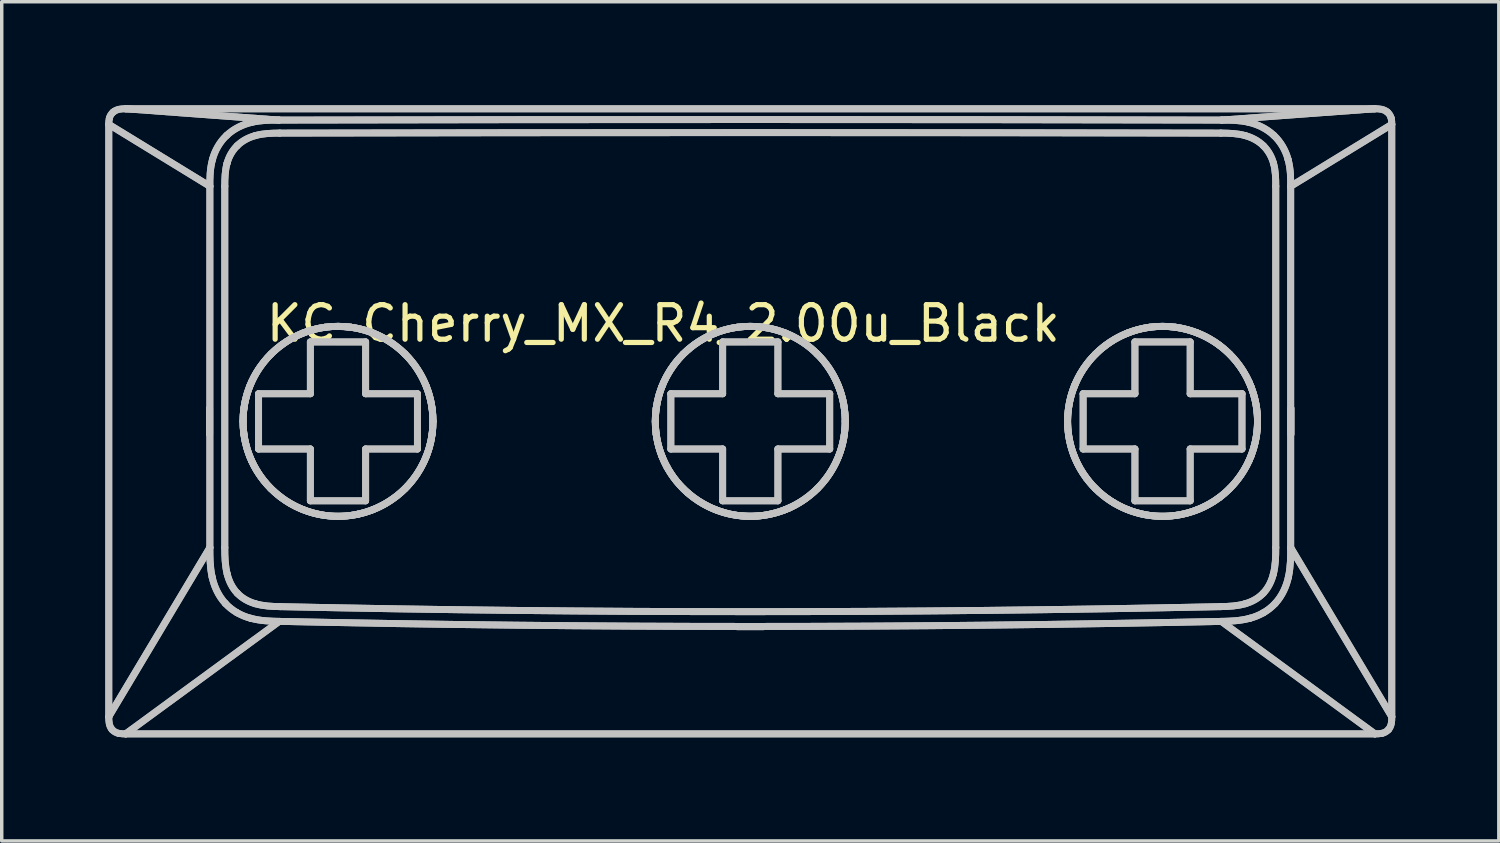
<source format=kicad_pcb>
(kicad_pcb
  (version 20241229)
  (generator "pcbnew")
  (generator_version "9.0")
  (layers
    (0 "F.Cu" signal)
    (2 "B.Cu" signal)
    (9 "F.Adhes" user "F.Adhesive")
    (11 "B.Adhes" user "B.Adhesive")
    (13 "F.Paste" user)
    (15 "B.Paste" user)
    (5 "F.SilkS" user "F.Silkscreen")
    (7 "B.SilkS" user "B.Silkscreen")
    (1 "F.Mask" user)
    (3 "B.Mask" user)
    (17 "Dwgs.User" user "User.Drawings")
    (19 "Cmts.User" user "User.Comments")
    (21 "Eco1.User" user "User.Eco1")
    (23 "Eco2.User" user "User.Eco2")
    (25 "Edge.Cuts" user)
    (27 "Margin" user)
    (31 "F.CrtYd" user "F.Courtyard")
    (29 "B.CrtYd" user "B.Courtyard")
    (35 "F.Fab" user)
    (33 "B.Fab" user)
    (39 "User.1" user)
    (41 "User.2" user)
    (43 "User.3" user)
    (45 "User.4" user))
  (footprint "KC_Cherry_MX_R4_2.00u_Black"
    (layer "F.Cu")
    (at 18.695 9.111)
    (property "Reference" "KC_Cherry_MX_R4_2.00u_Black" (at -2.54 -2.794 0) (layer "F.SilkS") (effects (font (size 1 1) (thickness 0.15))))
    (attr allow_missing_courtyard)
    (fp_line (start -18.595 -8.559) (end -15.668 -6.767) (stroke (width 0.2) (type default)) (layer "Dwgs.User"))
    (fp_line (start -18.595 -8.559) (end -15.668 -6.767) (stroke (width 0.2) (type default)) (layer "Dwgs.User"))
    (fp_line (start -18.595 8.592) (end -18.595 -8.559) (stroke (width 0.2) (type default)) (layer "Dwgs.User"))
    (fp_line (start -18.595 8.592) (end -18.595 -8.559) (stroke (width 0.2) (type default)) (layer "Dwgs.User"))
    (fp_line (start -18.595 8.592) (end -15.668 3.695) (stroke (width 0.2) (type default)) (layer "Dwgs.User"))
    (fp_line (start -18.595 8.592) (end -15.668 3.695) (stroke (width 0.2) (type default)) (layer "Dwgs.User"))
    (fp_line (start -18.107 9.089) (end -13.659 5.832) (stroke (width 0.2) (type default)) (layer "Dwgs.User"))
    (fp_line (start -18.107 9.089) (end -13.659 5.832) (stroke (width 0.2) (type default)) (layer "Dwgs.User"))
    (fp_line (start -18.102 -9.011) (end -13.668 -8.684) (stroke (width 0.2) (type default)) (layer "Dwgs.User"))
    (fp_line (start -18.102 -9.011) (end -13.668 -8.684) (stroke (width 0.2) (type default)) (layer "Dwgs.User"))
    (fp_line (start -18.102 -9.011) (end 18.062 -9.011) (stroke (width 0.2) (type default)) (layer "Dwgs.User"))
    (fp_line (start -18.102 -9.011) (end 18.062 -9.011) (stroke (width 0.2) (type default)) (layer "Dwgs.User"))
    (fp_line (start -15.676 0.413) (end -15.676 -0.337) (stroke (width 0.2) (type default)) (layer "Dwgs.User"))
    (fp_line (start -15.676 0.413) (end -15.676 -0.337) (stroke (width 0.2) (type default)) (layer "Dwgs.User"))
    (fp_line (start -15.668 -6.767) (end -15.668 3.695) (stroke (width 0.2) (type default)) (layer "Dwgs.User"))
    (fp_line (start -15.668 -6.767) (end -15.668 3.695) (stroke (width 0.2) (type default)) (layer "Dwgs.User"))
    (fp_line (start -15.236 -6.767) (end -15.236 3.695) (stroke (width 0.2) (type default)) (layer "Dwgs.User"))
    (fp_line (start -15.236 -6.767) (end -15.236 3.695) (stroke (width 0.2) (type default)) (layer "Dwgs.User"))
    (fp_line (start -14.258 -0.76) (end -12.758 -0.76) (stroke (width 0.2) (type default)) (layer "Dwgs.User"))
    (fp_line (start -14.258 -0.76) (end -12.758 -0.76) (stroke (width 0.2) (type default)) (layer "Dwgs.User"))
    (fp_line (start -14.258 0.84) (end -14.258 -0.76) (stroke (width 0.2) (type default)) (layer "Dwgs.User"))
    (fp_line (start -14.258 0.84) (end -14.258 -0.76) (stroke (width 0.2) (type default)) (layer "Dwgs.User"))
    (fp_line (start -12.758 -2.26) (end -11.158 -2.26) (stroke (width 0.2) (type default)) (layer "Dwgs.User"))
    (fp_line (start -12.758 -2.26) (end -11.158 -2.26) (stroke (width 0.2) (type default)) (layer "Dwgs.User"))
    (fp_line (start -12.758 -0.76) (end -12.758 -2.26) (stroke (width 0.2) (type default)) (layer "Dwgs.User"))
    (fp_line (start -12.758 -0.76) (end -12.758 -2.26) (stroke (width 0.2) (type default)) (layer "Dwgs.User"))
    (fp_line (start -12.758 0.84) (end -14.258 0.84) (stroke (width 0.2) (type default)) (layer "Dwgs.User"))
    (fp_line (start -12.758 0.84) (end -14.258 0.84) (stroke (width 0.2) (type default)) (layer "Dwgs.User"))
    (fp_line (start -12.758 2.34) (end -12.758 0.84) (stroke (width 0.2) (type default)) (layer "Dwgs.User"))
    (fp_line (start -12.758 2.34) (end -12.758 0.84) (stroke (width 0.2) (type default)) (layer "Dwgs.User"))
    (fp_line (start -11.583 -2.685) (end -11.958 -2.711) (stroke (width 0.2) (type default)) (layer "Dwgs.User"))
    (fp_line (start -11.583 2.764) (end -11.376 2.727) (stroke (width 0.2) (type default)) (layer "Dwgs.User"))
    (fp_line (start -11.583 2.764) (end -11.376 2.727) (stroke (width 0.2) (type default)) (layer "Dwgs.User"))
    (fp_line (start -11.158 -2.26) (end -11.158 -0.76) (stroke (width 0.2) (type default)) (layer "Dwgs.User"))
    (fp_line (start -11.158 -2.26) (end -11.158 -0.76) (stroke (width 0.2) (type default)) (layer "Dwgs.User"))
    (fp_line (start -11.158 -0.76) (end -9.658 -0.76) (stroke (width 0.2) (type default)) (layer "Dwgs.User"))
    (fp_line (start -11.158 -0.76) (end -9.658 -0.76) (stroke (width 0.2) (type default)) (layer "Dwgs.User"))
    (fp_line (start -11.158 0.84) (end -11.158 2.34) (stroke (width 0.2) (type default)) (layer "Dwgs.User"))
    (fp_line (start -11.158 0.84) (end -11.158 2.34) (stroke (width 0.2) (type default)) (layer "Dwgs.User"))
    (fp_line (start -11.158 2.34) (end -12.758 2.34) (stroke (width 0.2) (type default)) (layer "Dwgs.User"))
    (fp_line (start -11.158 2.34) (end -12.758 2.34) (stroke (width 0.2) (type default)) (layer "Dwgs.User"))
    (fp_line (start -9.658 -0.76) (end -9.658 0.84) (stroke (width 0.2) (type default)) (layer "Dwgs.User"))
    (fp_line (start -9.658 -0.76) (end -9.658 0.84) (stroke (width 0.2) (type default)) (layer "Dwgs.User"))
    (fp_line (start -9.658 0.84) (end -11.158 0.84) (stroke (width 0.2) (type default)) (layer "Dwgs.User"))
    (fp_line (start -9.658 0.84) (end -11.158 0.84) (stroke (width 0.2) (type default)) (layer "Dwgs.User"))
    (fp_line (start -2.32 -0.76) (end -0.82 -0.76) (stroke (width 0.2) (type default)) (layer "Dwgs.User"))
    (fp_line (start -2.32 -0.76) (end -0.82 -0.76) (stroke (width 0.2) (type default)) (layer "Dwgs.User"))
    (fp_line (start -2.32 0.84) (end -2.32 -0.76) (stroke (width 0.2) (type default)) (layer "Dwgs.User"))
    (fp_line (start -2.32 0.84) (end -2.32 -0.76) (stroke (width 0.2) (type default)) (layer "Dwgs.User"))
    (fp_line (start -0.82 -2.26) (end 0.78 -2.26) (stroke (width 0.2) (type default)) (layer "Dwgs.User"))
    (fp_line (start -0.82 -2.26) (end 0.78 -2.26) (stroke (width 0.2) (type default)) (layer "Dwgs.User"))
    (fp_line (start -0.82 -0.76) (end -0.82 -2.26) (stroke (width 0.2) (type default)) (layer "Dwgs.User"))
    (fp_line (start -0.82 -0.76) (end -0.82 -2.26) (stroke (width 0.2) (type default)) (layer "Dwgs.User"))
    (fp_line (start -0.82 0.84) (end -2.32 0.84) (stroke (width 0.2) (type default)) (layer "Dwgs.User"))
    (fp_line (start -0.82 0.84) (end -2.32 0.84) (stroke (width 0.2) (type default)) (layer "Dwgs.User"))
    (fp_line (start -0.82 2.34) (end -0.82 0.84) (stroke (width 0.2) (type default)) (layer "Dwgs.User"))
    (fp_line (start -0.82 2.34) (end -0.82 0.84) (stroke (width 0.2) (type default)) (layer "Dwgs.User"))
    (fp_line (start -0.395 2.764) (end -0.02 2.789) (stroke (width 0.2) (type default)) (layer "Dwgs.User"))
    (fp_line (start -0.395 5.986) (end 0.355 5.986) (stroke (width 0.2) (type default)) (layer "Dwgs.User"))
    (fp_line (start -0.395 5.986) (end 0.355 5.986) (stroke (width 0.2) (type default)) (layer "Dwgs.User"))
    (fp_line (start -0.02 2.789) (end 0.355 2.764) (stroke (width 0.2) (type default)) (layer "Dwgs.User"))
    (fp_line (start 0.78 -2.26) (end 0.78 -0.76) (stroke (width 0.2) (type default)) (layer "Dwgs.User"))
    (fp_line (start 0.78 -2.26) (end 0.78 -0.76) (stroke (width 0.2) (type default)) (layer "Dwgs.User"))
    (fp_line (start 0.78 -0.76) (end 2.28 -0.76) (stroke (width 0.2) (type default)) (layer "Dwgs.User"))
    (fp_line (start 0.78 -0.76) (end 2.28 -0.76) (stroke (width 0.2) (type default)) (layer "Dwgs.User"))
    (fp_line (start 0.78 0.84) (end 0.78 2.34) (stroke (width 0.2) (type default)) (layer "Dwgs.User"))
    (fp_line (start 0.78 0.84) (end 0.78 2.34) (stroke (width 0.2) (type default)) (layer "Dwgs.User"))
    (fp_line (start 0.78 2.34) (end -0.82 2.34) (stroke (width 0.2) (type default)) (layer "Dwgs.User"))
    (fp_line (start 0.78 2.34) (end -0.82 2.34) (stroke (width 0.2) (type default)) (layer "Dwgs.User"))
    (fp_line (start 2.28 -0.76) (end 2.28 0.84) (stroke (width 0.2) (type default)) (layer "Dwgs.User"))
    (fp_line (start 2.28 -0.76) (end 2.28 0.84) (stroke (width 0.2) (type default)) (layer "Dwgs.User"))
    (fp_line (start 2.28 0.84) (end 0.78 0.84) (stroke (width 0.2) (type default)) (layer "Dwgs.User"))
    (fp_line (start 2.28 0.84) (end 0.78 0.84) (stroke (width 0.2) (type default)) (layer "Dwgs.User"))
    (fp_line (start 9.618 -0.76) (end 11.118 -0.76) (stroke (width 0.2) (type default)) (layer "Dwgs.User"))
    (fp_line (start 9.618 -0.76) (end 11.118 -0.76) (stroke (width 0.2) (type default)) (layer "Dwgs.User"))
    (fp_line (start 9.618 0.84) (end 9.618 -0.76) (stroke (width 0.2) (type default)) (layer "Dwgs.User"))
    (fp_line (start 9.618 0.84) (end 9.618 -0.76) (stroke (width 0.2) (type default)) (layer "Dwgs.User"))
    (fp_line (start 11.118 -2.26) (end 12.718 -2.26) (stroke (width 0.2) (type default)) (layer "Dwgs.User"))
    (fp_line (start 11.118 -2.26) (end 12.718 -2.26) (stroke (width 0.2) (type default)) (layer "Dwgs.User"))
    (fp_line (start 11.118 -0.76) (end 11.118 -2.26) (stroke (width 0.2) (type default)) (layer "Dwgs.User"))
    (fp_line (start 11.118 -0.76) (end 11.118 -2.26) (stroke (width 0.2) (type default)) (layer "Dwgs.User"))
    (fp_line (start 11.118 0.84) (end 9.618 0.84) (stroke (width 0.2) (type default)) (layer "Dwgs.User"))
    (fp_line (start 11.118 0.84) (end 9.618 0.84) (stroke (width 0.2) (type default)) (layer "Dwgs.User"))
    (fp_line (start 11.118 2.34) (end 11.118 0.84) (stroke (width 0.2) (type default)) (layer "Dwgs.User"))
    (fp_line (start 11.118 2.34) (end 11.118 0.84) (stroke (width 0.2) (type default)) (layer "Dwgs.User"))
    (fp_line (start 12.718 -2.26) (end 12.718 -0.76) (stroke (width 0.2) (type default)) (layer "Dwgs.User"))
    (fp_line (start 12.718 -2.26) (end 12.718 -0.76) (stroke (width 0.2) (type default)) (layer "Dwgs.User"))
    (fp_line (start 12.718 -0.76) (end 14.218 -0.76) (stroke (width 0.2) (type default)) (layer "Dwgs.User"))
    (fp_line (start 12.718 -0.76) (end 14.218 -0.76) (stroke (width 0.2) (type default)) (layer "Dwgs.User"))
    (fp_line (start 12.718 0.84) (end 12.718 2.34) (stroke (width 0.2) (type default)) (layer "Dwgs.User"))
    (fp_line (start 12.718 0.84) (end 12.718 2.34) (stroke (width 0.2) (type default)) (layer "Dwgs.User"))
    (fp_line (start 12.718 2.34) (end 11.118 2.34) (stroke (width 0.2) (type default)) (layer "Dwgs.User"))
    (fp_line (start 12.718 2.34) (end 11.118 2.34) (stroke (width 0.2) (type default)) (layer "Dwgs.User"))
    (fp_line (start 13.628 -8.684) (end 18.062 -9.011) (stroke (width 0.2) (type default)) (layer "Dwgs.User"))
    (fp_line (start 13.628 -8.684) (end 18.062 -9.011) (stroke (width 0.2) (type default)) (layer "Dwgs.User"))
    (fp_line (start 14.218 -0.76) (end 14.218 0.84) (stroke (width 0.2) (type default)) (layer "Dwgs.User"))
    (fp_line (start 14.218 -0.76) (end 14.218 0.84) (stroke (width 0.2) (type default)) (layer "Dwgs.User"))
    (fp_line (start 14.218 0.84) (end 12.718 0.84) (stroke (width 0.2) (type default)) (layer "Dwgs.User"))
    (fp_line (start 14.218 0.84) (end 12.718 0.84) (stroke (width 0.2) (type default)) (layer "Dwgs.User"))
    (fp_line (start 15.196 3.695) (end 15.196 -6.767) (stroke (width 0.2) (type default)) (layer "Dwgs.User"))
    (fp_line (start 15.196 3.695) (end 15.196 -6.767) (stroke (width 0.2) (type default)) (layer "Dwgs.User"))
    (fp_line (start 15.628 -6.767) (end 18.555 -8.559) (stroke (width 0.2) (type default)) (layer "Dwgs.User"))
    (fp_line (start 15.628 -6.767) (end 18.555 -8.559) (stroke (width 0.2) (type default)) (layer "Dwgs.User"))
    (fp_line (start 15.628 3.695) (end 15.628 -6.767) (stroke (width 0.2) (type default)) (layer "Dwgs.User"))
    (fp_line (start 15.628 3.695) (end 15.628 -6.767) (stroke (width 0.2) (type default)) (layer "Dwgs.User"))
    (fp_line (start 15.636 0.413) (end 15.636 -0.337) (stroke (width 0.2) (type default)) (layer "Dwgs.User"))
    (fp_line (start 15.636 0.413) (end 15.636 -0.337) (stroke (width 0.2) (type default)) (layer "Dwgs.User"))
    (fp_line (start 18.067 9.089) (end -18.107 9.089) (stroke (width 0.2) (type default)) (layer "Dwgs.User"))
    (fp_line (start 18.067 9.089) (end -18.107 9.089) (stroke (width 0.2) (type default)) (layer "Dwgs.User"))
    (fp_line (start 18.067 9.089) (end 13.619 5.832) (stroke (width 0.2) (type default)) (layer "Dwgs.User"))
    (fp_line (start 18.067 9.089) (end 13.619 5.832) (stroke (width 0.2) (type default)) (layer "Dwgs.User"))
    (fp_line (start 18.555 -8.559) (end 18.555 8.592) (stroke (width 0.2) (type default)) (layer "Dwgs.User"))
    (fp_line (start 18.555 -8.559) (end 18.555 8.592) (stroke (width 0.2) (type default)) (layer "Dwgs.User"))
    (fp_line (start 18.555 8.592) (end 15.628 3.695) (stroke (width 0.2) (type default)) (layer "Dwgs.User"))
    (fp_line (start 18.555 8.592) (end 15.628 3.695) (stroke (width 0.2) (type default)) (layer "Dwgs.User"))
    (fp_curve (pts (xy -18.595 -8.559) (xy -18.597 -8.618) (xy -18.592 -8.677) (xy -18.579 -8.735)) (stroke (width 0.2) (type default)) (layer "Dwgs.User"))
    (fp_curve (pts (xy -18.595 -8.559) (xy -18.597 -8.618) (xy -18.592 -8.677) (xy -18.579 -8.735)) (stroke (width 0.2) (type default)) (layer "Dwgs.User"))
    (fp_curve (pts (xy -18.579 -8.735) (xy -18.561 -8.808) (xy -18.522 -8.869) (xy -18.465 -8.917)) (stroke (width 0.2) (type default)) (layer "Dwgs.User"))
    (fp_curve (pts (xy -18.579 -8.735) (xy -18.561 -8.808) (xy -18.522 -8.869) (xy -18.465 -8.917)) (stroke (width 0.2) (type default)) (layer "Dwgs.User"))
    (fp_curve (pts (xy -18.501 8.963) (xy -18.589 8.861) (xy -18.597 8.72) (xy -18.595 8.592)) (stroke (width 0.2) (type default)) (layer "Dwgs.User"))
    (fp_curve (pts (xy -18.501 8.963) (xy -18.589 8.861) (xy -18.597 8.72) (xy -18.595 8.592)) (stroke (width 0.2) (type default)) (layer "Dwgs.User"))
    (fp_curve (pts (xy -18.465 -8.917) (xy -18.365 -9.001) (xy -18.228 -9.014) (xy -18.102 -9.011)) (stroke (width 0.2) (type default)) (layer "Dwgs.User"))
    (fp_curve (pts (xy -18.465 -8.917) (xy -18.365 -9.001) (xy -18.228 -9.014) (xy -18.102 -9.011)) (stroke (width 0.2) (type default)) (layer "Dwgs.User"))
    (fp_curve (pts (xy -18.307 9.074) (xy -18.384 9.058) (xy -18.449 9.021) (xy -18.501 8.963)) (stroke (width 0.2) (type default)) (layer "Dwgs.User"))
    (fp_curve (pts (xy -18.307 9.074) (xy -18.384 9.058) (xy -18.449 9.021) (xy -18.501 8.963)) (stroke (width 0.2) (type default)) (layer "Dwgs.User"))
    (fp_curve (pts (xy -18.107 9.089) (xy -18.174 9.091) (xy -18.241 9.086) (xy -18.307 9.074)) (stroke (width 0.2) (type default)) (layer "Dwgs.User"))
    (fp_curve (pts (xy -18.107 9.089) (xy -18.174 9.091) (xy -18.241 9.086) (xy -18.307 9.074)) (stroke (width 0.2) (type default)) (layer "Dwgs.User"))
    (fp_curve (pts (xy -15.668 -6.767) (xy -15.668 -6.99) (xy -15.671 -7.257) (xy -15.592 -7.545)) (stroke (width 0.2) (type default)) (layer "Dwgs.User"))
    (fp_curve (pts (xy -15.668 -6.767) (xy -15.668 -6.99) (xy -15.671 -7.257) (xy -15.592 -7.545)) (stroke (width 0.2) (type default)) (layer "Dwgs.User"))
    (fp_curve (pts (xy -15.601 4.553) (xy -15.671 4.241) (xy -15.667 3.953) (xy -15.668 3.695)) (stroke (width 0.2) (type default)) (layer "Dwgs.User"))
    (fp_curve (pts (xy -15.601 4.553) (xy -15.671 4.241) (xy -15.667 3.953) (xy -15.668 3.695)) (stroke (width 0.2) (type default)) (layer "Dwgs.User"))
    (fp_curve (pts (xy -15.592 -7.545) (xy -15.526 -7.795) (xy -15.383 -8.053) (xy -15.18 -8.241)) (stroke (width 0.2) (type default)) (layer "Dwgs.User"))
    (fp_curve (pts (xy -15.592 -7.545) (xy -15.526 -7.795) (xy -15.383 -8.053) (xy -15.18 -8.241)) (stroke (width 0.2) (type default)) (layer "Dwgs.User"))
    (fp_curve (pts (xy -15.236 -6.767) (xy -15.236 -6.991) (xy -15.231 -7.218) (xy -15.17 -7.435)) (stroke (width 0.2) (type default)) (layer "Dwgs.User"))
    (fp_curve (pts (xy -15.236 -6.767) (xy -15.236 -6.991) (xy -15.231 -7.218) (xy -15.17 -7.435)) (stroke (width 0.2) (type default)) (layer "Dwgs.User"))
    (fp_curve (pts (xy -15.219 5.312) (xy -15.431 5.083) (xy -15.546 4.804) (xy -15.601 4.553)) (stroke (width 0.2) (type default)) (layer "Dwgs.User"))
    (fp_curve (pts (xy -15.219 5.312) (xy -15.431 5.083) (xy -15.546 4.804) (xy -15.601 4.553)) (stroke (width 0.2) (type default)) (layer "Dwgs.User"))
    (fp_curve (pts (xy -15.18 -8.241) (xy -14.971 -8.438) (xy -14.713 -8.557) (xy -14.468 -8.616)) (stroke (width 0.2) (type default)) (layer "Dwgs.User"))
    (fp_curve (pts (xy -15.18 -8.241) (xy -14.971 -8.438) (xy -14.713 -8.557) (xy -14.468 -8.616)) (stroke (width 0.2) (type default)) (layer "Dwgs.User"))
    (fp_curve (pts (xy -15.17 -7.435) (xy -15.118 -7.624) (xy -15.019 -7.801) (xy -14.879 -7.939)) (stroke (width 0.2) (type default)) (layer "Dwgs.User"))
    (fp_curve (pts (xy -15.17 -7.435) (xy -15.118 -7.624) (xy -15.019 -7.801) (xy -14.879 -7.939)) (stroke (width 0.2) (type default)) (layer "Dwgs.User"))
    (fp_curve (pts (xy -15.165 4.465) (xy -15.23 4.215) (xy -15.236 3.953) (xy -15.236 3.695)) (stroke (width 0.2) (type default)) (layer "Dwgs.User"))
    (fp_curve (pts (xy -15.165 4.465) (xy -15.23 4.215) (xy -15.236 3.953) (xy -15.236 3.695)) (stroke (width 0.2) (type default)) (layer "Dwgs.User"))
    (fp_curve (pts (xy -14.88 5.581) (xy -15.005 5.509) (xy -15.118 5.42) (xy -15.219 5.312)) (stroke (width 0.2) (type default)) (layer "Dwgs.User"))
    (fp_curve (pts (xy -14.88 5.581) (xy -15.005 5.509) (xy -15.118 5.42) (xy -15.219 5.312)) (stroke (width 0.2) (type default)) (layer "Dwgs.User"))
    (fp_curve (pts (xy -14.879 -7.939) (xy -14.735 -8.082) (xy -14.55 -8.18) (xy -14.354 -8.234)) (stroke (width 0.2) (type default)) (layer "Dwgs.User"))
    (fp_curve (pts (xy -14.879 -7.939) (xy -14.735 -8.082) (xy -14.55 -8.18) (xy -14.354 -8.234)) (stroke (width 0.2) (type default)) (layer "Dwgs.User"))
    (fp_curve (pts (xy -14.875 5.014) (xy -15.02 4.862) (xy -15.114 4.668) (xy -15.165 4.465)) (stroke (width 0.2) (type default)) (layer "Dwgs.User"))
    (fp_curve (pts (xy -14.875 5.014) (xy -15.02 4.862) (xy -15.114 4.668) (xy -15.165 4.465)) (stroke (width 0.2) (type default)) (layer "Dwgs.User"))
    (fp_curve (pts (xy -14.708 0.039) (xy -14.708 0.363) (xy -14.649 0.713) (xy -14.515 1.052)) (stroke (width 0.2) (type default)) (layer "Dwgs.User"))
    (fp_curve (pts (xy -14.708 0.039) (xy -14.708 0.363) (xy -14.649 0.713) (xy -14.515 1.052)) (stroke (width 0.2) (type default)) (layer "Dwgs.User"))
    (fp_curve (pts (xy -14.682 -0.337) (xy -14.716 -0.087) (xy -14.717 0.163) (xy -14.682 0.413)) (stroke (width 0.2) (type default)) (layer "Dwgs.User"))
    (fp_curve (pts (xy -14.682 -0.337) (xy -14.716 -0.087) (xy -14.717 0.163) (xy -14.682 0.413)) (stroke (width 0.2) (type default)) (layer "Dwgs.User"))
    (fp_curve (pts (xy -14.682 -0.337) (xy -14.638 -0.655) (xy -14.55 -0.903) (xy -14.462 -1.099)) (stroke (width 0.2) (type default)) (layer "Dwgs.User"))
    (fp_curve (pts (xy -14.682 -0.337) (xy -14.638 -0.655) (xy -14.55 -0.903) (xy -14.462 -1.099)) (stroke (width 0.2) (type default)) (layer "Dwgs.User"))
    (fp_curve (pts (xy -14.515 -0.973) (xy -14.649 -0.634) (xy -14.708 -0.284) (xy -14.708 0.039)) (stroke (width 0.2) (type default)) (layer "Dwgs.User"))
    (fp_curve (pts (xy -14.515 -0.973) (xy -14.649 -0.634) (xy -14.708 -0.284) (xy -14.708 0.039)) (stroke (width 0.2) (type default)) (layer "Dwgs.User"))
    (fp_curve (pts (xy -14.515 1.052) (xy -14.382 1.39) (xy -14.172 1.716) (xy -13.903 1.984)) (stroke (width 0.2) (type default)) (layer "Dwgs.User"))
    (fp_curve (pts (xy -14.515 1.052) (xy -14.382 1.39) (xy -14.172 1.716) (xy -13.903 1.984)) (stroke (width 0.2) (type default)) (layer "Dwgs.User"))
    (fp_curve (pts (xy -14.486 5.742) (xy -14.617 5.708) (xy -14.749 5.655) (xy -14.88 5.581)) (stroke (width 0.2) (type default)) (layer "Dwgs.User"))
    (fp_curve (pts (xy -14.486 5.742) (xy -14.617 5.708) (xy -14.749 5.655) (xy -14.88 5.581)) (stroke (width 0.2) (type default)) (layer "Dwgs.User"))
    (fp_curve (pts (xy -14.468 -8.616) (xy -14.177 -8.685) (xy -13.908 -8.683) (xy -13.668 -8.684)) (stroke (width 0.2) (type default)) (layer "Dwgs.User"))
    (fp_curve (pts (xy -14.468 -8.616) (xy -14.177 -8.685) (xy -13.908 -8.683) (xy -13.668 -8.684)) (stroke (width 0.2) (type default)) (layer "Dwgs.User"))
    (fp_curve (pts (xy -14.462 1.177) (xy -14.55 0.981) (xy -14.638 0.732) (xy -14.682 0.413)) (stroke (width 0.2) (type default)) (layer "Dwgs.User"))
    (fp_curve (pts (xy -14.462 1.177) (xy -14.55 0.981) (xy -14.638 0.732) (xy -14.682 0.413)) (stroke (width 0.2) (type default)) (layer "Dwgs.User"))
    (fp_curve (pts (xy -14.462 1.177) (xy -14.288 1.562) (xy -14.003 1.939) (xy -13.627 2.225)) (stroke (width 0.2) (type default)) (layer "Dwgs.User"))
    (fp_curve (pts (xy -14.462 1.177) (xy -14.288 1.562) (xy -14.003 1.939) (xy -13.627 2.225)) (stroke (width 0.2) (type default)) (layer "Dwgs.User"))
    (fp_curve (pts (xy -14.357 5.319) (xy -14.551 5.263) (xy -14.735 5.162) (xy -14.875 5.014)) (stroke (width 0.2) (type default)) (layer "Dwgs.User"))
    (fp_curve (pts (xy -14.357 5.319) (xy -14.551 5.263) (xy -14.735 5.162) (xy -14.875 5.014)) (stroke (width 0.2) (type default)) (layer "Dwgs.User"))
    (fp_curve (pts (xy -14.354 -8.234) (xy -14.123 -8.299) (xy -13.883 -8.306) (xy -13.644 -8.307)) (stroke (width 0.2) (type default)) (layer "Dwgs.User"))
    (fp_curve (pts (xy -14.354 -8.234) (xy -14.123 -8.299) (xy -13.883 -8.306) (xy -13.644 -8.307)) (stroke (width 0.2) (type default)) (layer "Dwgs.User"))
    (fp_curve (pts (xy -13.903 -1.905) (xy -14.172 -1.637) (xy -14.382 -1.311) (xy -14.515 -0.973)) (stroke (width 0.2) (type default)) (layer "Dwgs.User"))
    (fp_curve (pts (xy -13.903 -1.905) (xy -14.172 -1.637) (xy -14.382 -1.311) (xy -14.515 -0.973)) (stroke (width 0.2) (type default)) (layer "Dwgs.User"))
    (fp_curve (pts (xy -13.903 1.984) (xy -13.634 2.253) (xy -13.309 2.463) (xy -12.97 2.596)) (stroke (width 0.2) (type default)) (layer "Dwgs.User"))
    (fp_curve (pts (xy -13.903 1.984) (xy -13.634 2.253) (xy -13.309 2.463) (xy -12.97 2.596)) (stroke (width 0.2) (type default)) (layer "Dwgs.User"))
    (fp_curve (pts (xy -13.659 5.832) (xy -13.903 5.826) (xy -14.181 5.823) (xy -14.486 5.742)) (stroke (width 0.2) (type default)) (layer "Dwgs.User"))
    (fp_curve (pts (xy -13.659 5.832) (xy -13.903 5.826) (xy -14.181 5.823) (xy -14.486 5.742)) (stroke (width 0.2) (type default)) (layer "Dwgs.User"))
    (fp_curve (pts (xy -13.659 5.832) (xy -4.579 6.027) (xy 4.539 6.027) (xy 13.619 5.832)) (stroke (width 0.2) (type default)) (layer "Dwgs.User"))
    (fp_curve (pts (xy -13.659 5.832) (xy -4.579 6.027) (xy 4.539 6.027) (xy 13.619 5.832)) (stroke (width 0.2) (type default)) (layer "Dwgs.User"))
    (fp_curve (pts (xy -13.631 5.405) (xy -13.875 5.4) (xy -14.122 5.389) (xy -14.357 5.319)) (stroke (width 0.2) (type default)) (layer "Dwgs.User"))
    (fp_curve (pts (xy -13.631 5.405) (xy -13.875 5.4) (xy -14.122 5.389) (xy -14.357 5.319)) (stroke (width 0.2) (type default)) (layer "Dwgs.User"))
    (fp_curve (pts (xy -13.631 5.405) (xy -4.57 5.599) (xy 4.53 5.599) (xy 13.591 5.405)) (stroke (width 0.2) (type default)) (layer "Dwgs.User"))
    (fp_curve (pts (xy -13.631 5.405) (xy -4.57 5.599) (xy 4.53 5.599) (xy 13.591 5.405)) (stroke (width 0.2) (type default)) (layer "Dwgs.User"))
    (fp_curve (pts (xy -13.627 2.225) (xy -13.253 2.513) (xy -12.792 2.702) (xy -12.333 2.764)) (stroke (width 0.2) (type default)) (layer "Dwgs.User"))
    (fp_curve (pts (xy -13.627 2.225) (xy -13.253 2.513) (xy -12.792 2.702) (xy -12.333 2.764)) (stroke (width 0.2) (type default)) (layer "Dwgs.User"))
    (fp_curve (pts (xy -13.601 -2.166) (xy -13.981 -1.884) (xy -14.28 -1.502) (xy -14.462 -1.099)) (stroke (width 0.2) (type default)) (layer "Dwgs.User"))
    (fp_curve (pts (xy -13.601 -2.166) (xy -13.981 -1.884) (xy -14.28 -1.502) (xy -14.462 -1.099)) (stroke (width 0.2) (type default)) (layer "Dwgs.User"))
    (fp_curve (pts (xy -12.97 -2.518) (xy -13.309 -2.384) (xy -13.634 -2.174) (xy -13.903 -1.905)) (stroke (width 0.2) (type default)) (layer "Dwgs.User"))
    (fp_curve (pts (xy -12.97 -2.518) (xy -13.309 -2.384) (xy -13.634 -2.174) (xy -13.903 -1.905)) (stroke (width 0.2) (type default)) (layer "Dwgs.User"))
    (fp_curve (pts (xy -12.97 2.596) (xy -12.631 2.731) (xy -12.282 2.79) (xy -11.958 2.789)) (stroke (width 0.2) (type default)) (layer "Dwgs.User"))
    (fp_curve (pts (xy -12.97 2.596) (xy -12.631 2.731) (xy -12.282 2.79) (xy -11.958 2.789)) (stroke (width 0.2) (type default)) (layer "Dwgs.User"))
    (fp_curve (pts (xy -12.333 -2.685) (xy -12.771 -2.626) (xy -13.223 -2.449) (xy -13.601 -2.166)) (stroke (width 0.2) (type default)) (layer "Dwgs.User"))
    (fp_curve (pts (xy -12.333 -2.685) (xy -12.771 -2.626) (xy -13.223 -2.449) (xy -13.601 -2.166)) (stroke (width 0.2) (type default)) (layer "Dwgs.User"))
    (fp_curve (pts (xy -11.958 -2.711) (xy -12.282 -2.711) (xy -12.631 -2.652) (xy -12.97 -2.518)) (stroke (width 0.2) (type default)) (layer "Dwgs.User"))
    (fp_curve (pts (xy -11.958 -2.711) (xy -12.282 -2.711) (xy -12.631 -2.652) (xy -12.97 -2.518)) (stroke (width 0.2) (type default)) (layer "Dwgs.User"))
    (fp_curve (pts (xy -11.958 2.789) (xy -11.634 2.79) (xy -11.285 2.731) (xy -10.946 2.596)) (stroke (width 0.2) (type default)) (layer "Dwgs.User"))
    (fp_curve (pts (xy -11.958 2.789) (xy -11.634 2.79) (xy -11.285 2.731) (xy -10.946 2.596)) (stroke (width 0.2) (type default)) (layer "Dwgs.User"))
    (fp_curve (pts (xy -11.583 -2.685) (xy -11.833 -2.719) (xy -12.083 -2.719) (xy -12.333 -2.685)) (stroke (width 0.2) (type default)) (layer "Dwgs.User"))
    (fp_curve (pts (xy -11.583 -2.685) (xy -11.833 -2.719) (xy -12.083 -2.719) (xy -12.333 -2.685)) (stroke (width 0.2) (type default)) (layer "Dwgs.User"))
    (fp_curve (pts (xy -11.583 2.764) (xy -11.833 2.798) (xy -12.083 2.798) (xy -12.333 2.764)) (stroke (width 0.2) (type default)) (layer "Dwgs.User"))
    (fp_curve (pts (xy -11.583 2.764) (xy -11.833 2.798) (xy -12.083 2.798) (xy -12.333 2.764)) (stroke (width 0.2) (type default)) (layer "Dwgs.User"))
    (fp_curve (pts (xy -11.376 2.727) (xy -10.874 2.621) (xy -10.348 2.346) (xy -9.953 1.921)) (stroke (width 0.2) (type default)) (layer "Dwgs.User"))
    (fp_curve (pts (xy -11.376 2.727) (xy -10.874 2.621) (xy -10.348 2.346) (xy -9.953 1.921)) (stroke (width 0.2) (type default)) (layer "Dwgs.User"))
    (fp_curve (pts (xy -10.946 -2.518) (xy -11.285 -2.652) (xy -11.634 -2.711) (xy -11.958 -2.711)) (stroke (width 0.2) (type default)) (layer "Dwgs.User"))
    (fp_curve (pts (xy -10.946 -2.518) (xy -11.285 -2.652) (xy -11.634 -2.711) (xy -11.958 -2.711)) (stroke (width 0.2) (type default)) (layer "Dwgs.User"))
    (fp_curve (pts (xy -10.946 2.596) (xy -10.607 2.463) (xy -10.282 2.253) (xy -10.013 1.984)) (stroke (width 0.2) (type default)) (layer "Dwgs.User"))
    (fp_curve (pts (xy -10.946 2.596) (xy -10.607 2.463) (xy -10.282 2.253) (xy -10.013 1.984)) (stroke (width 0.2) (type default)) (layer "Dwgs.User"))
    (fp_curve (pts (xy -10.029 -1.921) (xy -10.468 -2.357) (xy -11.048 -2.615) (xy -11.583 -2.685)) (stroke (width 0.2) (type default)) (layer "Dwgs.User"))
    (fp_curve (pts (xy -10.029 -1.921) (xy -10.468 -2.357) (xy -11.048 -2.615) (xy -11.583 -2.685)) (stroke (width 0.2) (type default)) (layer "Dwgs.User"))
    (fp_curve (pts (xy -10.013 -1.905) (xy -10.282 -2.174) (xy -10.607 -2.384) (xy -10.946 -2.518)) (stroke (width 0.2) (type default)) (layer "Dwgs.User"))
    (fp_curve (pts (xy -10.013 -1.905) (xy -10.282 -2.174) (xy -10.607 -2.384) (xy -10.946 -2.518)) (stroke (width 0.2) (type default)) (layer "Dwgs.User"))
    (fp_curve (pts (xy -10.013 1.984) (xy -9.744 1.716) (xy -9.534 1.39) (xy -9.401 1.052)) (stroke (width 0.2) (type default)) (layer "Dwgs.User"))
    (fp_curve (pts (xy -10.013 1.984) (xy -9.744 1.716) (xy -9.534 1.39) (xy -9.401 1.052)) (stroke (width 0.2) (type default)) (layer "Dwgs.User"))
    (fp_curve (pts (xy -9.953 1.921) (xy -9.554 1.501) (xy -9.303 0.945) (xy -9.234 0.413)) (stroke (width 0.2) (type default)) (layer "Dwgs.User"))
    (fp_curve (pts (xy -9.953 1.921) (xy -9.554 1.501) (xy -9.303 0.945) (xy -9.234 0.413)) (stroke (width 0.2) (type default)) (layer "Dwgs.User"))
    (fp_curve (pts (xy -9.401 -0.973) (xy -9.534 -1.311) (xy -9.744 -1.637) (xy -10.013 -1.905)) (stroke (width 0.2) (type default)) (layer "Dwgs.User"))
    (fp_curve (pts (xy -9.401 -0.973) (xy -9.534 -1.311) (xy -9.744 -1.637) (xy -10.013 -1.905)) (stroke (width 0.2) (type default)) (layer "Dwgs.User"))
    (fp_curve (pts (xy -9.401 1.052) (xy -9.267 0.713) (xy -9.208 0.363) (xy -9.208 0.039)) (stroke (width 0.2) (type default)) (layer "Dwgs.User"))
    (fp_curve (pts (xy -9.401 1.052) (xy -9.267 0.713) (xy -9.208 0.363) (xy -9.208 0.039)) (stroke (width 0.2) (type default)) (layer "Dwgs.User"))
    (fp_curve (pts (xy -9.234 -0.337) (xy -9.307 -0.898) (xy -9.585 -1.489) (xy -10.029 -1.921)) (stroke (width 0.2) (type default)) (layer "Dwgs.User"))
    (fp_curve (pts (xy -9.234 -0.337) (xy -9.307 -0.898) (xy -9.585 -1.489) (xy -10.029 -1.921)) (stroke (width 0.2) (type default)) (layer "Dwgs.User"))
    (fp_curve (pts (xy -9.234 0.413) (xy -9.217 0.289) (xy -9.208 0.165) (xy -9.208 0.039)) (stroke (width 0.2) (type default)) (layer "Dwgs.User"))
    (fp_curve (pts (xy -9.234 0.413) (xy -9.217 0.289) (xy -9.208 0.165) (xy -9.208 0.039)) (stroke (width 0.2) (type default)) (layer "Dwgs.User"))
    (fp_curve (pts (xy -9.208 0.039) (xy -9.208 -0.284) (xy -9.267 -0.634) (xy -9.401 -0.973)) (stroke (width 0.2) (type default)) (layer "Dwgs.User"))
    (fp_curve (pts (xy -9.208 0.039) (xy -9.208 -0.284) (xy -9.267 -0.634) (xy -9.401 -0.973)) (stroke (width 0.2) (type default)) (layer "Dwgs.User"))
    (fp_curve (pts (xy -9.208 0.039) (xy -9.208 -0.087) (xy -9.217 -0.212) (xy -9.234 -0.337)) (stroke (width 0.2) (type default)) (layer "Dwgs.User"))
    (fp_curve (pts (xy -9.208 0.039) (xy -9.208 -0.087) (xy -9.217 -0.212) (xy -9.234 -0.337)) (stroke (width 0.2) (type default)) (layer "Dwgs.User"))
    (fp_curve (pts (xy -2.77 0.039) (xy -2.77 0.363) (xy -2.711 0.713) (xy -2.577 1.052)) (stroke (width 0.2) (type default)) (layer "Dwgs.User"))
    (fp_curve (pts (xy -2.77 0.039) (xy -2.77 0.363) (xy -2.711 0.713) (xy -2.577 1.052)) (stroke (width 0.2) (type default)) (layer "Dwgs.User"))
    (fp_curve (pts (xy -2.744 -0.337) (xy -2.778 -0.087) (xy -2.779 0.163) (xy -2.744 0.413)) (stroke (width 0.2) (type default)) (layer "Dwgs.User"))
    (fp_curve (pts (xy -2.744 -0.337) (xy -2.778 -0.087) (xy -2.779 0.163) (xy -2.744 0.413)) (stroke (width 0.2) (type default)) (layer "Dwgs.User"))
    (fp_curve (pts (xy -2.744 -0.337) (xy -2.724 -0.478) (xy -2.695 -0.615) (xy -2.655 -0.747)) (stroke (width 0.2) (type default)) (layer "Dwgs.User"))
    (fp_curve (pts (xy -2.744 -0.337) (xy -2.724 -0.478) (xy -2.695 -0.615) (xy -2.655 -0.747)) (stroke (width 0.2) (type default)) (layer "Dwgs.User"))
    (fp_curve (pts (xy -2.655 -0.747) (xy -2.516 -1.223) (xy -2.222 -1.698) (xy -1.81 -2.048)) (stroke (width 0.2) (type default)) (layer "Dwgs.User"))
    (fp_curve (pts (xy -2.655 -0.747) (xy -2.516 -1.223) (xy -2.222 -1.698) (xy -1.81 -2.048)) (stroke (width 0.2) (type default)) (layer "Dwgs.User"))
    (fp_curve (pts (xy -2.577 -0.973) (xy -2.711 -0.634) (xy -2.77 -0.284) (xy -2.77 0.039)) (stroke (width 0.2) (type default)) (layer "Dwgs.User"))
    (fp_curve (pts (xy -2.577 -0.973) (xy -2.711 -0.634) (xy -2.77 -0.284) (xy -2.77 0.039)) (stroke (width 0.2) (type default)) (layer "Dwgs.User"))
    (fp_curve (pts (xy -2.577 1.052) (xy -2.444 1.39) (xy -2.234 1.716) (xy -1.965 1.984)) (stroke (width 0.2) (type default)) (layer "Dwgs.User"))
    (fp_curve (pts (xy -2.577 1.052) (xy -2.444 1.39) (xy -2.234 1.716) (xy -1.965 1.984)) (stroke (width 0.2) (type default)) (layer "Dwgs.User"))
    (fp_curve (pts (xy -2.431 1.363) (xy -2.591 1.072) (xy -2.699 0.745) (xy -2.744 0.413)) (stroke (width 0.2) (type default)) (layer "Dwgs.User"))
    (fp_curve (pts (xy -2.431 1.363) (xy -2.591 1.072) (xy -2.699 0.745) (xy -2.744 0.413)) (stroke (width 0.2) (type default)) (layer "Dwgs.User"))
    (fp_curve (pts (xy -1.965 -1.905) (xy -2.234 -1.637) (xy -2.444 -1.311) (xy -2.577 -0.973)) (stroke (width 0.2) (type default)) (layer "Dwgs.User"))
    (fp_curve (pts (xy -1.965 -1.905) (xy -2.234 -1.637) (xy -2.444 -1.311) (xy -2.577 -0.973)) (stroke (width 0.2) (type default)) (layer "Dwgs.User"))
    (fp_curve (pts (xy -1.965 1.984) (xy -1.696 2.253) (xy -1.371 2.463) (xy -1.032 2.596)) (stroke (width 0.2) (type default)) (layer "Dwgs.User"))
    (fp_curve (pts (xy -1.965 1.984) (xy -1.696 2.253) (xy -1.371 2.463) (xy -1.032 2.596)) (stroke (width 0.2) (type default)) (layer "Dwgs.User"))
    (fp_curve (pts (xy -1.827 2.112) (xy -2.061 1.909) (xy -2.271 1.655) (xy -2.431 1.363)) (stroke (width 0.2) (type default)) (layer "Dwgs.User"))
    (fp_curve (pts (xy -1.827 2.112) (xy -2.061 1.909) (xy -2.271 1.655) (xy -2.431 1.363)) (stroke (width 0.2) (type default)) (layer "Dwgs.User"))
    (fp_curve (pts (xy -1.81 -2.048) (xy -1.401 -2.402) (xy -0.886 -2.62) (xy -0.395 -2.685)) (stroke (width 0.2) (type default)) (layer "Dwgs.User"))
    (fp_curve (pts (xy -1.81 -2.048) (xy -1.401 -2.402) (xy -0.886 -2.62) (xy -0.395 -2.685)) (stroke (width 0.2) (type default)) (layer "Dwgs.User"))
    (fp_curve (pts (xy -1.032 -2.518) (xy -1.371 -2.384) (xy -1.696 -2.174) (xy -1.965 -1.905)) (stroke (width 0.2) (type default)) (layer "Dwgs.User"))
    (fp_curve (pts (xy -1.032 -2.518) (xy -1.371 -2.384) (xy -1.696 -2.174) (xy -1.965 -1.905)) (stroke (width 0.2) (type default)) (layer "Dwgs.User"))
    (fp_curve (pts (xy -1.032 2.596) (xy -0.693 2.731) (xy -0.344 2.79) (xy -0.02 2.789)) (stroke (width 0.2) (type default)) (layer "Dwgs.User"))
    (fp_curve (pts (xy -1.032 2.596) (xy -0.693 2.731) (xy -0.344 2.79) (xy -0.02 2.789)) (stroke (width 0.2) (type default)) (layer "Dwgs.User"))
    (fp_curve (pts (xy -0.395 2.764) (xy -0.938 2.691) (xy -1.45 2.445) (xy -1.827 2.112)) (stroke (width 0.2) (type default)) (layer "Dwgs.User"))
    (fp_curve (pts (xy -0.395 2.764) (xy -0.938 2.691) (xy -1.45 2.445) (xy -1.827 2.112)) (stroke (width 0.2) (type default)) (layer "Dwgs.User"))
    (fp_curve (pts (xy -0.02 -2.711) (xy -0.344 -2.711) (xy -0.693 -2.652) (xy -1.032 -2.518)) (stroke (width 0.2) (type default)) (layer "Dwgs.User"))
    (fp_curve (pts (xy -0.02 -2.711) (xy -0.344 -2.711) (xy -0.693 -2.652) (xy -1.032 -2.518)) (stroke (width 0.2) (type default)) (layer "Dwgs.User"))
    (fp_curve (pts (xy -0.02 2.789) (xy 0.304 2.79) (xy 0.653 2.731) (xy 0.992 2.596)) (stroke (width 0.2) (type default)) (layer "Dwgs.User"))
    (fp_curve (pts (xy -0.02 2.789) (xy 0.304 2.79) (xy 0.653 2.731) (xy 0.992 2.596)) (stroke (width 0.2) (type default)) (layer "Dwgs.User"))
    (fp_curve (pts (xy 0.355 -2.685) (xy 0.105 -2.719) (xy -0.145 -2.719) (xy -0.395 -2.685)) (stroke (width 0.2) (type default)) (layer "Dwgs.User"))
    (fp_curve (pts (xy 0.355 -2.685) (xy 0.105 -2.719) (xy -0.145 -2.719) (xy -0.395 -2.685)) (stroke (width 0.2) (type default)) (layer "Dwgs.User"))
    (fp_curve (pts (xy 0.355 -2.685) (xy 0.89 -2.615) (xy 1.47 -2.357) (xy 1.909 -1.921)) (stroke (width 0.2) (type default)) (layer "Dwgs.User"))
    (fp_curve (pts (xy 0.355 -2.685) (xy 0.89 -2.615) (xy 1.47 -2.357) (xy 1.909 -1.921)) (stroke (width 0.2) (type default)) (layer "Dwgs.User"))
    (fp_curve (pts (xy 0.355 2.764) (xy 0.105 2.798) (xy -0.145 2.798) (xy -0.395 2.764)) (stroke (width 0.2) (type default)) (layer "Dwgs.User"))
    (fp_curve (pts (xy 0.355 2.764) (xy 0.105 2.798) (xy -0.145 2.798) (xy -0.395 2.764)) (stroke (width 0.2) (type default)) (layer "Dwgs.User"))
    (fp_curve (pts (xy 0.992 -2.518) (xy 0.653 -2.652) (xy 0.304 -2.711) (xy -0.02 -2.711)) (stroke (width 0.2) (type default)) (layer "Dwgs.User"))
    (fp_curve (pts (xy 0.992 -2.518) (xy 0.653 -2.652) (xy 0.304 -2.711) (xy -0.02 -2.711)) (stroke (width 0.2) (type default)) (layer "Dwgs.User"))
    (fp_curve (pts (xy 0.992 2.596) (xy 1.331 2.463) (xy 1.656 2.253) (xy 1.925 1.984)) (stroke (width 0.2) (type default)) (layer "Dwgs.User"))
    (fp_curve (pts (xy 0.992 2.596) (xy 1.331 2.463) (xy 1.656 2.253) (xy 1.925 1.984)) (stroke (width 0.2) (type default)) (layer "Dwgs.User"))
    (fp_curve (pts (xy 1.119 2.543) (xy 0.883 2.651) (xy 0.628 2.725) (xy 0.355 2.764)) (stroke (width 0.2) (type default)) (layer "Dwgs.User"))
    (fp_curve (pts (xy 1.119 2.543) (xy 0.883 2.651) (xy 0.628 2.725) (xy 0.355 2.764)) (stroke (width 0.2) (type default)) (layer "Dwgs.User"))
    (fp_curve (pts (xy 1.909 -1.921) (xy 2.353 -1.489) (xy 2.631 -0.898) (xy 2.704 -0.337)) (stroke (width 0.2) (type default)) (layer "Dwgs.User"))
    (fp_curve (pts (xy 1.909 -1.921) (xy 2.353 -1.489) (xy 2.631 -0.898) (xy 2.704 -0.337)) (stroke (width 0.2) (type default)) (layer "Dwgs.User"))
    (fp_curve (pts (xy 1.925 -1.905) (xy 1.656 -2.174) (xy 1.331 -2.384) (xy 0.992 -2.518)) (stroke (width 0.2) (type default)) (layer "Dwgs.User"))
    (fp_curve (pts (xy 1.925 -1.905) (xy 1.656 -2.174) (xy 1.331 -2.384) (xy 0.992 -2.518)) (stroke (width 0.2) (type default)) (layer "Dwgs.User"))
    (fp_curve (pts (xy 1.925 1.984) (xy 2.194 1.716) (xy 2.404 1.39) (xy 2.537 1.052)) (stroke (width 0.2) (type default)) (layer "Dwgs.User"))
    (fp_curve (pts (xy 1.925 1.984) (xy 2.194 1.716) (xy 2.404 1.39) (xy 2.537 1.052)) (stroke (width 0.2) (type default)) (layer "Dwgs.User"))
    (fp_curve (pts (xy 2.178 1.692) (xy 1.895 2.071) (xy 1.515 2.364) (xy 1.119 2.543)) (stroke (width 0.2) (type default)) (layer "Dwgs.User"))
    (fp_curve (pts (xy 2.178 1.692) (xy 1.895 2.071) (xy 1.515 2.364) (xy 1.119 2.543)) (stroke (width 0.2) (type default)) (layer "Dwgs.User"))
    (fp_curve (pts (xy 2.537 -0.973) (xy 2.404 -1.311) (xy 2.194 -1.637) (xy 1.925 -1.905)) (stroke (width 0.2) (type default)) (layer "Dwgs.User"))
    (fp_curve (pts (xy 2.537 -0.973) (xy 2.404 -1.311) (xy 2.194 -1.637) (xy 1.925 -1.905)) (stroke (width 0.2) (type default)) (layer "Dwgs.User"))
    (fp_curve (pts (xy 2.537 1.052) (xy 2.671 0.713) (xy 2.73 0.363) (xy 2.73 0.039)) (stroke (width 0.2) (type default)) (layer "Dwgs.User"))
    (fp_curve (pts (xy 2.537 1.052) (xy 2.671 0.713) (xy 2.73 0.363) (xy 2.73 0.039)) (stroke (width 0.2) (type default)) (layer "Dwgs.User"))
    (fp_curve (pts (xy 2.704 -0.337) (xy 2.721 -0.212) (xy 2.73 -0.087) (xy 2.73 0.039)) (stroke (width 0.2) (type default)) (layer "Dwgs.User"))
    (fp_curve (pts (xy 2.704 -0.337) (xy 2.721 -0.212) (xy 2.73 -0.087) (xy 2.73 0.039)) (stroke (width 0.2) (type default)) (layer "Dwgs.User"))
    (fp_curve (pts (xy 2.704 0.413) (xy 2.645 0.859) (xy 2.463 1.315) (xy 2.178 1.692)) (stroke (width 0.2) (type default)) (layer "Dwgs.User"))
    (fp_curve (pts (xy 2.704 0.413) (xy 2.645 0.859) (xy 2.463 1.315) (xy 2.178 1.692)) (stroke (width 0.2) (type default)) (layer "Dwgs.User"))
    (fp_curve (pts (xy 2.73 0.039) (xy 2.73 -0.284) (xy 2.671 -0.634) (xy 2.537 -0.973)) (stroke (width 0.2) (type default)) (layer "Dwgs.User"))
    (fp_curve (pts (xy 2.73 0.039) (xy 2.73 -0.284) (xy 2.671 -0.634) (xy 2.537 -0.973)) (stroke (width 0.2) (type default)) (layer "Dwgs.User"))
    (fp_curve (pts (xy 2.73 0.039) (xy 2.73 0.165) (xy 2.721 0.289) (xy 2.704 0.413)) (stroke (width 0.2) (type default)) (layer "Dwgs.User"))
    (fp_curve (pts (xy 2.73 0.039) (xy 2.73 0.165) (xy 2.721 0.289) (xy 2.704 0.413)) (stroke (width 0.2) (type default)) (layer "Dwgs.User"))
    (fp_curve (pts (xy 9.168 0.039) (xy 9.168 0.363) (xy 9.227 0.713) (xy 9.361 1.052)) (stroke (width 0.2) (type default)) (layer "Dwgs.User"))
    (fp_curve (pts (xy 9.168 0.039) (xy 9.168 0.363) (xy 9.227 0.713) (xy 9.361 1.052)) (stroke (width 0.2) (type default)) (layer "Dwgs.User"))
    (fp_curve (pts (xy 9.194 0.413) (xy 9.159 0.163) (xy 9.16 -0.087) (xy 9.194 -0.337)) (stroke (width 0.2) (type default)) (layer "Dwgs.User"))
    (fp_curve (pts (xy 9.194 0.413) (xy 9.159 0.163) (xy 9.16 -0.087) (xy 9.194 -0.337)) (stroke (width 0.2) (type default)) (layer "Dwgs.User"))
    (fp_curve (pts (xy 9.194 0.413) (xy 9.257 0.883) (xy 9.448 1.33) (xy 9.713 1.683)) (stroke (width 0.2) (type default)) (layer "Dwgs.User"))
    (fp_curve (pts (xy 9.194 0.413) (xy 9.257 0.883) (xy 9.448 1.33) (xy 9.713 1.683)) (stroke (width 0.2) (type default)) (layer "Dwgs.User"))
    (fp_curve (pts (xy 9.361 -0.973) (xy 9.227 -0.634) (xy 9.168 -0.284) (xy 9.168 0.039)) (stroke (width 0.2) (type default)) (layer "Dwgs.User"))
    (fp_curve (pts (xy 9.361 -0.973) (xy 9.227 -0.634) (xy 9.168 -0.284) (xy 9.168 0.039)) (stroke (width 0.2) (type default)) (layer "Dwgs.User"))
    (fp_curve (pts (xy 9.361 1.052) (xy 9.494 1.39) (xy 9.704 1.716) (xy 9.973 1.984)) (stroke (width 0.2) (type default)) (layer "Dwgs.User"))
    (fp_curve (pts (xy 9.361 1.052) (xy 9.494 1.39) (xy 9.704 1.716) (xy 9.973 1.984)) (stroke (width 0.2) (type default)) (layer "Dwgs.User"))
    (fp_curve (pts (xy 9.382 -1.023) (xy 9.291 -0.808) (xy 9.228 -0.58) (xy 9.194 -0.337)) (stroke (width 0.2) (type default)) (layer "Dwgs.User"))
    (fp_curve (pts (xy 9.382 -1.023) (xy 9.291 -0.808) (xy 9.228 -0.58) (xy 9.194 -0.337)) (stroke (width 0.2) (type default)) (layer "Dwgs.User"))
    (fp_curve (pts (xy 9.713 1.683) (xy 9.919 1.96) (xy 10.191 2.212) (xy 10.508 2.4)) (stroke (width 0.2) (type default)) (layer "Dwgs.User"))
    (fp_curve (pts (xy 9.713 1.683) (xy 9.919 1.96) (xy 10.191 2.212) (xy 10.508 2.4)) (stroke (width 0.2) (type default)) (layer "Dwgs.User"))
    (fp_curve (pts (xy 9.973 -1.905) (xy 9.704 -1.637) (xy 9.494 -1.311) (xy 9.361 -0.973)) (stroke (width 0.2) (type default)) (layer "Dwgs.User"))
    (fp_curve (pts (xy 9.973 -1.905) (xy 9.704 -1.637) (xy 9.494 -1.311) (xy 9.361 -0.973)) (stroke (width 0.2) (type default)) (layer "Dwgs.User"))
    (fp_curve (pts (xy 9.973 1.984) (xy 10.242 2.253) (xy 10.567 2.463) (xy 10.906 2.596)) (stroke (width 0.2) (type default)) (layer "Dwgs.User"))
    (fp_curve (pts (xy 9.973 1.984) (xy 10.242 2.253) (xy 10.567 2.463) (xy 10.906 2.596)) (stroke (width 0.2) (type default)) (layer "Dwgs.User"))
    (fp_curve (pts (xy 10.242 -2.141) (xy 9.855 -1.845) (xy 9.555 -1.443) (xy 9.382 -1.023)) (stroke (width 0.2) (type default)) (layer "Dwgs.User"))
    (fp_curve (pts (xy 10.242 -2.141) (xy 9.855 -1.845) (xy 9.555 -1.443) (xy 9.382 -1.023)) (stroke (width 0.2) (type default)) (layer "Dwgs.User"))
    (fp_curve (pts (xy 10.508 2.4) (xy 10.824 2.59) (xy 11.183 2.715) (xy 11.543 2.764)) (stroke (width 0.2) (type default)) (layer "Dwgs.User"))
    (fp_curve (pts (xy 10.508 2.4) (xy 10.824 2.59) (xy 11.183 2.715) (xy 11.543 2.764)) (stroke (width 0.2) (type default)) (layer "Dwgs.User"))
    (fp_curve (pts (xy 10.906 -2.518) (xy 10.567 -2.384) (xy 10.242 -2.174) (xy 9.973 -1.905)) (stroke (width 0.2) (type default)) (layer "Dwgs.User"))
    (fp_curve (pts (xy 10.906 -2.518) (xy 10.567 -2.384) (xy 10.242 -2.174) (xy 9.973 -1.905)) (stroke (width 0.2) (type default)) (layer "Dwgs.User"))
    (fp_curve (pts (xy 10.906 2.596) (xy 11.245 2.731) (xy 11.594 2.79) (xy 11.918 2.789)) (stroke (width 0.2) (type default)) (layer "Dwgs.User"))
    (fp_curve (pts (xy 10.906 2.596) (xy 11.245 2.731) (xy 11.594 2.79) (xy 11.918 2.789)) (stroke (width 0.2) (type default)) (layer "Dwgs.User"))
    (fp_curve (pts (xy 11.543 -2.685) (xy 11.093 -2.625) (xy 10.627 -2.439) (xy 10.242 -2.141)) (stroke (width 0.2) (type default)) (layer "Dwgs.User"))
    (fp_curve (pts (xy 11.543 -2.685) (xy 11.093 -2.625) (xy 10.627 -2.439) (xy 10.242 -2.141)) (stroke (width 0.2) (type default)) (layer "Dwgs.User"))
    (fp_curve (pts (xy 11.918 -2.711) (xy 11.594 -2.711) (xy 11.245 -2.652) (xy 10.906 -2.518)) (stroke (width 0.2) (type default)) (layer "Dwgs.User"))
    (fp_curve (pts (xy 11.918 -2.711) (xy 11.594 -2.711) (xy 11.245 -2.652) (xy 10.906 -2.518)) (stroke (width 0.2) (type default)) (layer "Dwgs.User"))
    (fp_curve (pts (xy 11.918 2.789) (xy 12.242 2.79) (xy 12.591 2.731) (xy 12.93 2.596)) (stroke (width 0.2) (type default)) (layer "Dwgs.User"))
    (fp_curve (pts (xy 11.918 2.789) (xy 12.242 2.79) (xy 12.591 2.731) (xy 12.93 2.596)) (stroke (width 0.2) (type default)) (layer "Dwgs.User"))
    (fp_curve (pts (xy 12.293 -2.685) (xy 12.043 -2.719) (xy 11.793 -2.719) (xy 11.543 -2.685)) (stroke (width 0.2) (type default)) (layer "Dwgs.User"))
    (fp_curve (pts (xy 12.293 -2.685) (xy 12.043 -2.719) (xy 11.793 -2.719) (xy 11.543 -2.685)) (stroke (width 0.2) (type default)) (layer "Dwgs.User"))
    (fp_curve (pts (xy 12.293 2.764) (xy 12.043 2.798) (xy 11.793 2.798) (xy 11.543 2.764)) (stroke (width 0.2) (type default)) (layer "Dwgs.User"))
    (fp_curve (pts (xy 12.293 2.764) (xy 12.043 2.798) (xy 11.793 2.798) (xy 11.543 2.764)) (stroke (width 0.2) (type default)) (layer "Dwgs.User"))
    (fp_curve (pts (xy 12.293 2.764) (xy 12.733 2.705) (xy 13.186 2.527) (xy 13.564 2.243)) (stroke (width 0.2) (type default)) (layer "Dwgs.User"))
    (fp_curve (pts (xy 12.293 2.764) (xy 12.733 2.705) (xy 13.186 2.527) (xy 13.564 2.243)) (stroke (width 0.2) (type default)) (layer "Dwgs.User"))
    (fp_curve (pts (xy 12.93 -2.518) (xy 12.591 -2.652) (xy 12.242 -2.711) (xy 11.918 -2.711)) (stroke (width 0.2) (type default)) (layer "Dwgs.User"))
    (fp_curve (pts (xy 12.93 -2.518) (xy 12.591 -2.652) (xy 12.242 -2.711) (xy 11.918 -2.711)) (stroke (width 0.2) (type default)) (layer "Dwgs.User"))
    (fp_curve (pts (xy 12.93 2.596) (xy 13.269 2.463) (xy 13.594 2.253) (xy 13.863 1.984)) (stroke (width 0.2) (type default)) (layer "Dwgs.User"))
    (fp_curve (pts (xy 12.93 2.596) (xy 13.269 2.463) (xy 13.594 2.253) (xy 13.863 1.984)) (stroke (width 0.2) (type default)) (layer "Dwgs.User"))
    (fp_curve (pts (xy 13.561 -2.166) (xy 13.183 -2.449) (xy 12.731 -2.626) (xy 12.293 -2.685)) (stroke (width 0.2) (type default)) (layer "Dwgs.User"))
    (fp_curve (pts (xy 13.561 -2.166) (xy 13.183 -2.449) (xy 12.731 -2.626) (xy 12.293 -2.685)) (stroke (width 0.2) (type default)) (layer "Dwgs.User"))
    (fp_curve (pts (xy 13.564 2.243) (xy 13.943 1.961) (xy 14.241 1.579) (xy 14.422 1.177)) (stroke (width 0.2) (type default)) (layer "Dwgs.User"))
    (fp_curve (pts (xy 13.564 2.243) (xy 13.943 1.961) (xy 14.241 1.579) (xy 14.422 1.177)) (stroke (width 0.2) (type default)) (layer "Dwgs.User"))
    (fp_curve (pts (xy 13.604 -8.307) (xy 4.533 -8.326) (xy -4.573 -8.326) (xy -13.644 -8.307)) (stroke (width 0.2) (type default)) (layer "Dwgs.User"))
    (fp_curve (pts (xy 13.604 -8.307) (xy 4.533 -8.326) (xy -4.573 -8.326) (xy -13.644 -8.307)) (stroke (width 0.2) (type default)) (layer "Dwgs.User"))
    (fp_curve (pts (xy 13.604 -8.307) (xy 13.843 -8.306) (xy 14.084 -8.299) (xy 14.314 -8.234)) (stroke (width 0.2) (type default)) (layer "Dwgs.User"))
    (fp_curve (pts (xy 13.604 -8.307) (xy 13.843 -8.306) (xy 14.084 -8.299) (xy 14.314 -8.234)) (stroke (width 0.2) (type default)) (layer "Dwgs.User"))
    (fp_curve (pts (xy 13.628 -8.684) (xy 4.541 -8.704) (xy -4.581 -8.704) (xy -13.668 -8.684)) (stroke (width 0.2) (type default)) (layer "Dwgs.User"))
    (fp_curve (pts (xy 13.628 -8.684) (xy 4.541 -8.704) (xy -4.581 -8.704) (xy -13.668 -8.684)) (stroke (width 0.2) (type default)) (layer "Dwgs.User"))
    (fp_curve (pts (xy 13.628 -8.684) (xy 13.866 -8.683) (xy 14.138 -8.685) (xy 14.428 -8.616)) (stroke (width 0.2) (type default)) (layer "Dwgs.User"))
    (fp_curve (pts (xy 13.628 -8.684) (xy 13.866 -8.683) (xy 14.138 -8.685) (xy 14.428 -8.616)) (stroke (width 0.2) (type default)) (layer "Dwgs.User"))
    (fp_curve (pts (xy 13.863 -1.905) (xy 13.594 -2.174) (xy 13.269 -2.384) (xy 12.93 -2.518)) (stroke (width 0.2) (type default)) (layer "Dwgs.User"))
    (fp_curve (pts (xy 13.863 -1.905) (xy 13.594 -2.174) (xy 13.269 -2.384) (xy 12.93 -2.518)) (stroke (width 0.2) (type default)) (layer "Dwgs.User"))
    (fp_curve (pts (xy 13.863 1.984) (xy 14.132 1.716) (xy 14.342 1.39) (xy 14.475 1.052)) (stroke (width 0.2) (type default)) (layer "Dwgs.User"))
    (fp_curve (pts (xy 13.863 1.984) (xy 14.132 1.716) (xy 14.342 1.39) (xy 14.475 1.052)) (stroke (width 0.2) (type default)) (layer "Dwgs.User"))
    (fp_curve (pts (xy 14.314 -8.234) (xy 14.51 -8.18) (xy 14.695 -8.082) (xy 14.839 -7.939)) (stroke (width 0.2) (type default)) (layer "Dwgs.User"))
    (fp_curve (pts (xy 14.314 -8.234) (xy 14.51 -8.18) (xy 14.695 -8.082) (xy 14.839 -7.939)) (stroke (width 0.2) (type default)) (layer "Dwgs.User"))
    (fp_curve (pts (xy 14.317 5.319) (xy 14.082 5.389) (xy 13.835 5.4) (xy 13.591 5.405)) (stroke (width 0.2) (type default)) (layer "Dwgs.User"))
    (fp_curve (pts (xy 14.317 5.319) (xy 14.082 5.389) (xy 13.835 5.4) (xy 13.591 5.405)) (stroke (width 0.2) (type default)) (layer "Dwgs.User"))
    (fp_curve (pts (xy 14.422 -1.099) (xy 14.24 -1.502) (xy 13.941 -1.884) (xy 13.561 -2.166)) (stroke (width 0.2) (type default)) (layer "Dwgs.User"))
    (fp_curve (pts (xy 14.422 -1.099) (xy 14.24 -1.502) (xy 13.941 -1.884) (xy 13.561 -2.166)) (stroke (width 0.2) (type default)) (layer "Dwgs.User"))
    (fp_curve (pts (xy 14.422 -1.099) (xy 14.51 -0.903) (xy 14.598 -0.655) (xy 14.642 -0.337)) (stroke (width 0.2) (type default)) (layer "Dwgs.User"))
    (fp_curve (pts (xy 14.422 -1.099) (xy 14.51 -0.903) (xy 14.598 -0.655) (xy 14.642 -0.337)) (stroke (width 0.2) (type default)) (layer "Dwgs.User"))
    (fp_curve (pts (xy 14.428 -8.616) (xy 14.673 -8.557) (xy 14.931 -8.438) (xy 15.14 -8.241)) (stroke (width 0.2) (type default)) (layer "Dwgs.User"))
    (fp_curve (pts (xy 14.428 -8.616) (xy 14.673 -8.557) (xy 14.931 -8.438) (xy 15.14 -8.241)) (stroke (width 0.2) (type default)) (layer "Dwgs.User"))
    (fp_curve (pts (xy 14.446 5.742) (xy 14.141 5.823) (xy 13.863 5.826) (xy 13.619 5.832)) (stroke (width 0.2) (type default)) (layer "Dwgs.User"))
    (fp_curve (pts (xy 14.446 5.742) (xy 14.141 5.823) (xy 13.863 5.826) (xy 13.619 5.832)) (stroke (width 0.2) (type default)) (layer "Dwgs.User"))
    (fp_curve (pts (xy 14.475 -0.973) (xy 14.342 -1.311) (xy 14.132 -1.637) (xy 13.863 -1.905)) (stroke (width 0.2) (type default)) (layer "Dwgs.User"))
    (fp_curve (pts (xy 14.475 -0.973) (xy 14.342 -1.311) (xy 14.132 -1.637) (xy 13.863 -1.905)) (stroke (width 0.2) (type default)) (layer "Dwgs.User"))
    (fp_curve (pts (xy 14.475 1.052) (xy 14.609 0.713) (xy 14.668 0.363) (xy 14.668 0.039)) (stroke (width 0.2) (type default)) (layer "Dwgs.User"))
    (fp_curve (pts (xy 14.475 1.052) (xy 14.609 0.713) (xy 14.668 0.363) (xy 14.668 0.039)) (stroke (width 0.2) (type default)) (layer "Dwgs.User"))
    (fp_curve (pts (xy 14.642 -0.337) (xy 14.659 -0.212) (xy 14.668 -0.087) (xy 14.668 0.039)) (stroke (width 0.2) (type default)) (layer "Dwgs.User"))
    (fp_curve (pts (xy 14.642 -0.337) (xy 14.659 -0.212) (xy 14.668 -0.087) (xy 14.668 0.039)) (stroke (width 0.2) (type default)) (layer "Dwgs.User"))
    (fp_curve (pts (xy 14.642 0.413) (xy 14.598 0.732) (xy 14.51 0.981) (xy 14.422 1.177)) (stroke (width 0.2) (type default)) (layer "Dwgs.User"))
    (fp_curve (pts (xy 14.642 0.413) (xy 14.598 0.732) (xy 14.51 0.981) (xy 14.422 1.177)) (stroke (width 0.2) (type default)) (layer "Dwgs.User"))
    (fp_curve (pts (xy 14.668 0.039) (xy 14.668 -0.284) (xy 14.609 -0.634) (xy 14.475 -0.973)) (stroke (width 0.2) (type default)) (layer "Dwgs.User"))
    (fp_curve (pts (xy 14.668 0.039) (xy 14.668 -0.284) (xy 14.609 -0.634) (xy 14.475 -0.973)) (stroke (width 0.2) (type default)) (layer "Dwgs.User"))
    (fp_curve (pts (xy 14.668 0.039) (xy 14.668 0.165) (xy 14.659 0.289) (xy 14.642 0.413)) (stroke (width 0.2) (type default)) (layer "Dwgs.User"))
    (fp_curve (pts (xy 14.668 0.039) (xy 14.668 0.165) (xy 14.659 0.289) (xy 14.642 0.413)) (stroke (width 0.2) (type default)) (layer "Dwgs.User"))
    (fp_curve (pts (xy 14.835 5.014) (xy 14.695 5.162) (xy 14.511 5.263) (xy 14.317 5.319)) (stroke (width 0.2) (type default)) (layer "Dwgs.User"))
    (fp_curve (pts (xy 14.835 5.014) (xy 14.695 5.162) (xy 14.511 5.263) (xy 14.317 5.319)) (stroke (width 0.2) (type default)) (layer "Dwgs.User"))
    (fp_curve (pts (xy 14.839 -7.939) (xy 14.979 -7.801) (xy 15.078 -7.624) (xy 15.13 -7.435)) (stroke (width 0.2) (type default)) (layer "Dwgs.User"))
    (fp_curve (pts (xy 14.839 -7.939) (xy 14.979 -7.801) (xy 15.078 -7.624) (xy 15.13 -7.435)) (stroke (width 0.2) (type default)) (layer "Dwgs.User"))
    (fp_curve (pts (xy 14.84 5.581) (xy 14.709 5.655) (xy 14.577 5.708) (xy 14.446 5.742)) (stroke (width 0.2) (type default)) (layer "Dwgs.User"))
    (fp_curve (pts (xy 14.84 5.581) (xy 14.709 5.655) (xy 14.577 5.708) (xy 14.446 5.742)) (stroke (width 0.2) (type default)) (layer "Dwgs.User"))
    (fp_curve (pts (xy 15.125 4.465) (xy 15.074 4.668) (xy 14.98 4.862) (xy 14.835 5.014)) (stroke (width 0.2) (type default)) (layer "Dwgs.User"))
    (fp_curve (pts (xy 15.125 4.465) (xy 15.074 4.668) (xy 14.98 4.862) (xy 14.835 5.014)) (stroke (width 0.2) (type default)) (layer "Dwgs.User"))
    (fp_curve (pts (xy 15.13 -7.435) (xy 15.191 -7.218) (xy 15.196 -6.991) (xy 15.196 -6.767)) (stroke (width 0.2) (type default)) (layer "Dwgs.User"))
    (fp_curve (pts (xy 15.13 -7.435) (xy 15.191 -7.218) (xy 15.196 -6.991) (xy 15.196 -6.767)) (stroke (width 0.2) (type default)) (layer "Dwgs.User"))
    (fp_curve (pts (xy 15.14 -8.241) (xy 15.343 -8.053) (xy 15.486 -7.795) (xy 15.552 -7.545)) (stroke (width 0.2) (type default)) (layer "Dwgs.User"))
    (fp_curve (pts (xy 15.14 -8.241) (xy 15.343 -8.053) (xy 15.486 -7.795) (xy 15.552 -7.545)) (stroke (width 0.2) (type default)) (layer "Dwgs.User"))
    (fp_curve (pts (xy 15.179 5.312) (xy 15.078 5.42) (xy 14.965 5.509) (xy 14.84 5.581)) (stroke (width 0.2) (type default)) (layer "Dwgs.User"))
    (fp_curve (pts (xy 15.179 5.312) (xy 15.078 5.42) (xy 14.965 5.509) (xy 14.84 5.581)) (stroke (width 0.2) (type default)) (layer "Dwgs.User"))
    (fp_curve (pts (xy 15.196 3.695) (xy 15.196 3.953) (xy 15.19 4.215) (xy 15.125 4.465)) (stroke (width 0.2) (type default)) (layer "Dwgs.User"))
    (fp_curve (pts (xy 15.196 3.695) (xy 15.196 3.953) (xy 15.19 4.215) (xy 15.125 4.465)) (stroke (width 0.2) (type default)) (layer "Dwgs.User"))
    (fp_curve (pts (xy 15.552 -7.545) (xy 15.631 -7.257) (xy 15.628 -6.99) (xy 15.628 -6.767)) (stroke (width 0.2) (type default)) (layer "Dwgs.User"))
    (fp_curve (pts (xy 15.552 -7.545) (xy 15.631 -7.257) (xy 15.628 -6.99) (xy 15.628 -6.767)) (stroke (width 0.2) (type default)) (layer "Dwgs.User"))
    (fp_curve (pts (xy 15.561 4.553) (xy 15.506 4.804) (xy 15.391 5.083) (xy 15.179 5.312)) (stroke (width 0.2) (type default)) (layer "Dwgs.User"))
    (fp_curve (pts (xy 15.561 4.553) (xy 15.506 4.804) (xy 15.391 5.083) (xy 15.179 5.312)) (stroke (width 0.2) (type default)) (layer "Dwgs.User"))
    (fp_curve (pts (xy 15.628 3.695) (xy 15.627 3.953) (xy 15.631 4.241) (xy 15.561 4.553)) (stroke (width 0.2) (type default)) (layer "Dwgs.User"))
    (fp_curve (pts (xy 15.628 3.695) (xy 15.627 3.953) (xy 15.631 4.241) (xy 15.561 4.553)) (stroke (width 0.2) (type default)) (layer "Dwgs.User"))
    (fp_curve (pts (xy 18.062 -9.011) (xy 18.188 -9.014) (xy 18.325 -9.001) (xy 18.425 -8.917)) (stroke (width 0.2) (type default)) (layer "Dwgs.User"))
    (fp_curve (pts (xy 18.062 -9.011) (xy 18.188 -9.014) (xy 18.325 -9.001) (xy 18.425 -8.917)) (stroke (width 0.2) (type default)) (layer "Dwgs.User"))
    (fp_curve (pts (xy 18.267 9.074) (xy 18.201 9.086) (xy 18.134 9.091) (xy 18.067 9.089)) (stroke (width 0.2) (type default)) (layer "Dwgs.User"))
    (fp_curve (pts (xy 18.267 9.074) (xy 18.201 9.086) (xy 18.134 9.091) (xy 18.067 9.089)) (stroke (width 0.2) (type default)) (layer "Dwgs.User"))
    (fp_curve (pts (xy 18.425 -8.917) (xy 18.482 -8.869) (xy 18.521 -8.808) (xy 18.539 -8.735)) (stroke (width 0.2) (type default)) (layer "Dwgs.User"))
    (fp_curve (pts (xy 18.425 -8.917) (xy 18.482 -8.869) (xy 18.521 -8.808) (xy 18.539 -8.735)) (stroke (width 0.2) (type default)) (layer "Dwgs.User"))
    (fp_curve (pts (xy 18.461 8.963) (xy 18.409 9.021) (xy 18.344 9.058) (xy 18.267 9.074)) (stroke (width 0.2) (type default)) (layer "Dwgs.User"))
    (fp_curve (pts (xy 18.461 8.963) (xy 18.409 9.021) (xy 18.344 9.058) (xy 18.267 9.074)) (stroke (width 0.2) (type default)) (layer "Dwgs.User"))
    (fp_curve (pts (xy 18.539 -8.735) (xy 18.552 -8.677) (xy 18.557 -8.618) (xy 18.555 -8.559)) (stroke (width 0.2) (type default)) (layer "Dwgs.User"))
    (fp_curve (pts (xy 18.539 -8.735) (xy 18.552 -8.677) (xy 18.557 -8.618) (xy 18.555 -8.559)) (stroke (width 0.2) (type default)) (layer "Dwgs.User"))
    (fp_curve (pts (xy 18.555 8.592) (xy 18.557 8.72) (xy 18.549 8.861) (xy 18.461 8.963)) (stroke (width 0.2) (type default)) (layer "Dwgs.User"))
    (fp_curve (pts (xy 18.555 8.592) (xy 18.557 8.72) (xy 18.549 8.861) (xy 18.461 8.963)) (stroke (width 0.2) (type default)) (layer "Dwgs.User")))
  (gr_rect
    (start -3 -3)
    (end 40.35 21.3)
    (stroke (width 0.1) (type default))
    (fill no)
    (layer "Edge.Cuts")))
</source>
